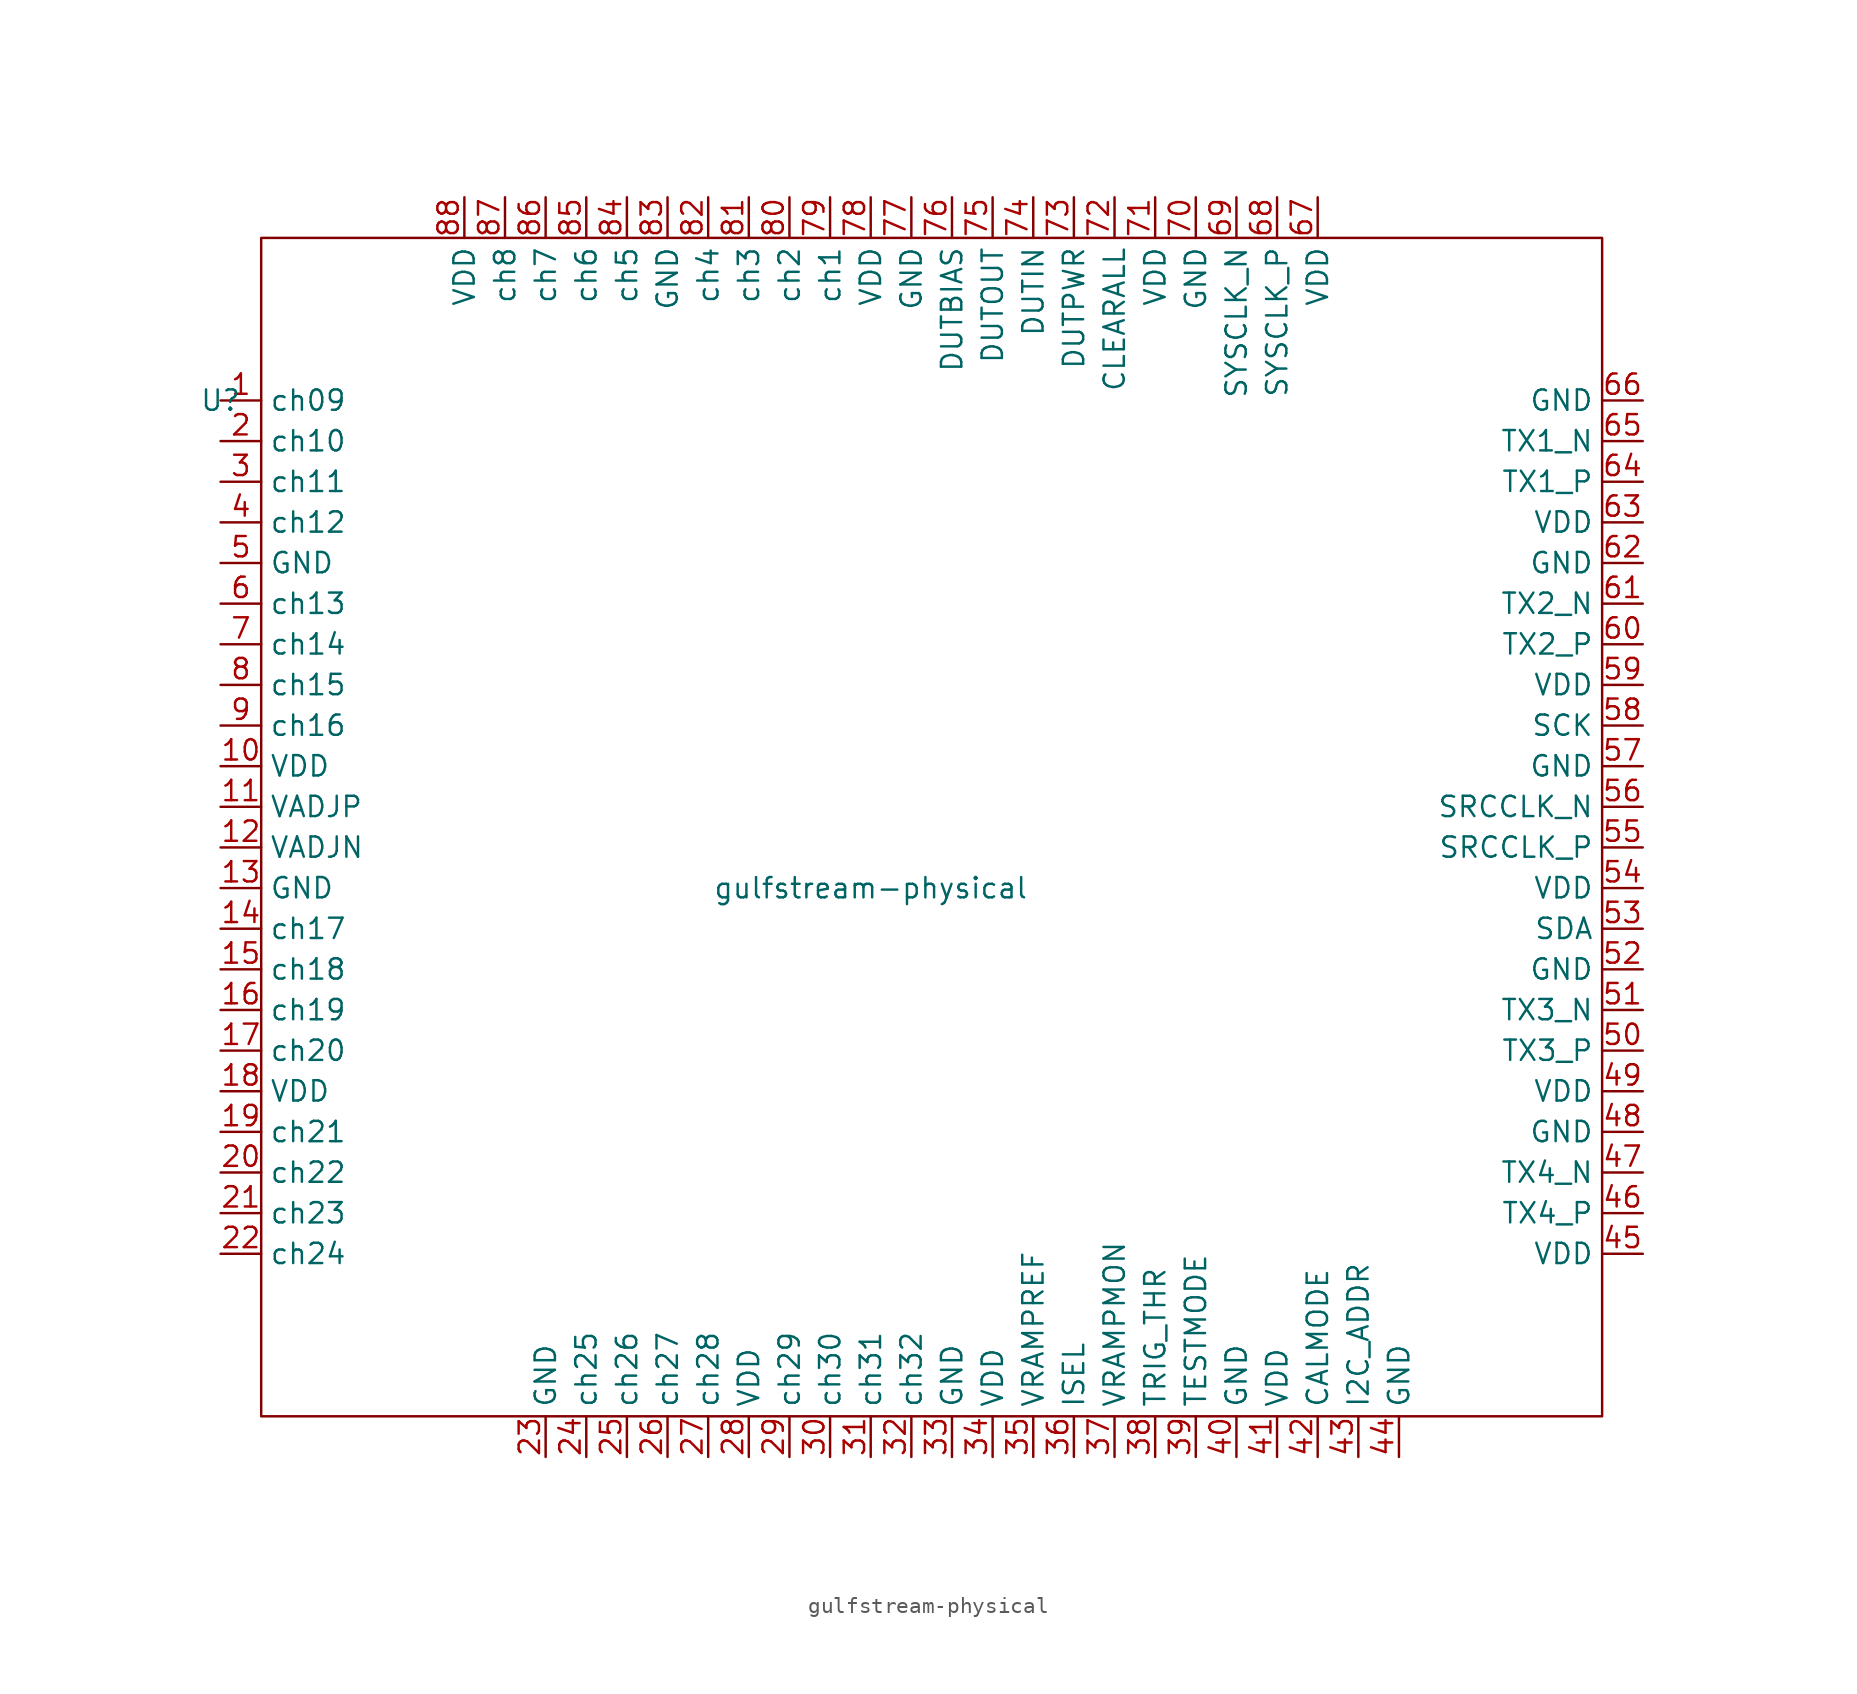
<source format=kicad_sym>
(kicad_symbol_lib
  (version 20211014)
  (generator kicad_symbol_editor)
  (symbol "gulfstream-physical"
    (property "Reference" "U"
      (at -40.64 27.94 0)
      (effects (font (size 1.27 1.27))))
    (property "Value" "gulfstream-physical"
      (at 0 -2.54 0)
      (effects (font (size 1.27 1.27))))
    (symbol "gulfstream-physical_0_0"
      (pin unspecified line (at -40.64 27.94 0) (length 2.54) (name "ch09" (effects (font (size 1.27 1.27)))) (number "1" (effects (font (size 1.27 1.27)))))
      (pin unspecified line (at -40.64 5.08 0) (length 2.54) (name "VDD" (effects (font (size 1.27 1.27)))) (number "10" (effects (font (size 1.27 1.27)))))
      (pin unspecified line (at -40.64 2.54 0) (length 2.54) (name "VADJP" (effects (font (size 1.27 1.27)))) (number "11" (effects (font (size 1.27 1.27)))))
      (pin unspecified line (at -40.64 0 0) (length 2.54) (name "VADJN" (effects (font (size 1.27 1.27)))) (number "12" (effects (font (size 1.27 1.27)))))
      (pin unspecified line (at -40.64 -2.54 0) (length 2.54) (name "GND" (effects (font (size 1.27 1.27)))) (number "13" (effects (font (size 1.27 1.27)))))
      (pin unspecified line (at -40.64 -5.08 0) (length 2.54) (name "ch17" (effects (font (size 1.27 1.27)))) (number "14" (effects (font (size 1.27 1.27)))))
      (pin unspecified line (at -40.64 -7.62 0) (length 2.54) (name "ch18" (effects (font (size 1.27 1.27)))) (number "15" (effects (font (size 1.27 1.27)))))
      (pin unspecified line (at -40.64 -10.16 0) (length 2.54) (name "ch19" (effects (font (size 1.27 1.27)))) (number "16" (effects (font (size 1.27 1.27)))))
      (pin unspecified line (at -40.64 -12.7 0) (length 2.54) (name "ch20" (effects (font (size 1.27 1.27)))) (number "17" (effects (font (size 1.27 1.27)))))
      (pin unspecified line (at -40.64 -15.24 0) (length 2.54) (name "VDD" (effects (font (size 1.27 1.27)))) (number "18" (effects (font (size 1.27 1.27)))))
      (pin unspecified line (at -40.64 -17.78 0) (length 2.54) (name "ch21" (effects (font (size 1.27 1.27)))) (number "19" (effects (font (size 1.27 1.27)))))
      (pin unspecified line (at -40.64 25.4 0) (length 2.54) (name "ch10" (effects (font (size 1.27 1.27)))) (number "2" (effects (font (size 1.27 1.27)))))
      (pin unspecified line (at -40.64 -20.32 0) (length 2.54) (name "ch22" (effects (font (size 1.27 1.27)))) (number "20" (effects (font (size 1.27 1.27)))))
      (pin unspecified line (at -40.64 -22.86 0) (length 2.54) (name "ch23" (effects (font (size 1.27 1.27)))) (number "21" (effects (font (size 1.27 1.27)))))
      (pin unspecified line (at -40.64 -25.4 0) (length 2.54) (name "ch24" (effects (font (size 1.27 1.27)))) (number "22" (effects (font (size 1.27 1.27)))))
      (pin unspecified line (at -20.32 -38.1 90) (length 2.54) (name "GND" (effects (font (size 1.27 1.27)))) (number "23" (effects (font (size 1.27 1.27)))))
      (pin unspecified line (at -17.78 -38.1 90) (length 2.54) (name "ch25" (effects (font (size 1.27 1.27)))) (number "24" (effects (font (size 1.27 1.27)))))
      (pin unspecified line (at -15.24 -38.1 90) (length 2.54) (name "ch26" (effects (font (size 1.27 1.27)))) (number "25" (effects (font (size 1.27 1.27)))))
      (pin unspecified line (at -12.7 -38.1 90) (length 2.54) (name "ch27" (effects (font (size 1.27 1.27)))) (number "26" (effects (font (size 1.27 1.27)))))
      (pin unspecified line (at -10.16 -38.1 90) (length 2.54) (name "ch28" (effects (font (size 1.27 1.27)))) (number "27" (effects (font (size 1.27 1.27)))))
      (pin unspecified line (at -7.62 -38.1 90) (length 2.54) (name "VDD" (effects (font (size 1.27 1.27)))) (number "28" (effects (font (size 1.27 1.27)))))
      (pin unspecified line (at -5.08 -38.1 90) (length 2.54) (name "ch29" (effects (font (size 1.27 1.27)))) (number "29" (effects (font (size 1.27 1.27)))))
      (pin unspecified line (at -40.64 22.86 0) (length 2.54) (name "ch11" (effects (font (size 1.27 1.27)))) (number "3" (effects (font (size 1.27 1.27)))))
      (pin unspecified line (at -2.54 -38.1 90) (length 2.54) (name "ch30" (effects (font (size 1.27 1.27)))) (number "30" (effects (font (size 1.27 1.27)))))
      (pin unspecified line (at 0 -38.1 90) (length 2.54) (name "ch31" (effects (font (size 1.27 1.27)))) (number "31" (effects (font (size 1.27 1.27)))))
      (pin unspecified line (at 2.54 -38.1 90) (length 2.54) (name "ch32" (effects (font (size 1.27 1.27)))) (number "32" (effects (font (size 1.27 1.27)))))
      (pin unspecified line (at 5.08 -38.1 90) (length 2.54) (name "GND" (effects (font (size 1.27 1.27)))) (number "33" (effects (font (size 1.27 1.27)))))
      (pin unspecified line (at 7.62 -38.1 90) (length 2.54) (name "VDD" (effects (font (size 1.27 1.27)))) (number "34" (effects (font (size 1.27 1.27)))))
      (pin unspecified line (at 10.16 -38.1 90) (length 2.54) (name "VRAMPREF" (effects (font (size 1.27 1.27)))) (number "35" (effects (font (size 1.27 1.27)))))
      (pin unspecified line (at 12.7 -38.1 90) (length 2.54) (name "ISEL" (effects (font (size 1.27 1.27)))) (number "36" (effects (font (size 1.27 1.27)))))
      (pin unspecified line (at 15.24 -38.1 90) (length 2.54) (name "VRAMPMON" (effects (font (size 1.27 1.27)))) (number "37" (effects (font (size 1.27 1.27)))))
      (pin unspecified line (at 17.78 -38.1 90) (length 2.54) (name "TRIG_THR" (effects (font (size 1.27 1.27)))) (number "38" (effects (font (size 1.27 1.27)))))
      (pin unspecified line (at 20.32 -38.1 90) (length 2.54) (name "TESTMODE" (effects (font (size 1.27 1.27)))) (number "39" (effects (font (size 1.27 1.27)))))
      (pin unspecified line (at -40.64 20.32 0) (length 2.54) (name "ch12" (effects (font (size 1.27 1.27)))) (number "4" (effects (font (size 1.27 1.27)))))
      (pin unspecified line (at 22.86 -38.1 90) (length 2.54) (name "GND" (effects (font (size 1.27 1.27)))) (number "40" (effects (font (size 1.27 1.27)))))
      (pin unspecified line (at 25.4 -38.1 90) (length 2.54) (name "VDD" (effects (font (size 1.27 1.27)))) (number "41" (effects (font (size 1.27 1.27)))))
      (pin unspecified line (at 27.94 -38.1 90) (length 2.54) (name "CALMODE" (effects (font (size 1.27 1.27)))) (number "42" (effects (font (size 1.27 1.27)))))
      (pin unspecified line (at 30.48 -38.1 90) (length 2.54) (name "I2C_ADDR" (effects (font (size 1.27 1.27)))) (number "43" (effects (font (size 1.27 1.27)))))
      (pin unspecified line (at 33.02 -38.1 90) (length 2.54) (name "GND" (effects (font (size 1.27 1.27)))) (number "44" (effects (font (size 1.27 1.27)))))
      (pin unspecified line (at 48.26 -25.4 180) (length 2.54) (name "VDD" (effects (font (size 1.27 1.27)))) (number "45" (effects (font (size 1.27 1.27)))))
      (pin unspecified line (at 48.26 -22.86 180) (length 2.54) (name "TX4_P" (effects (font (size 1.27 1.27)))) (number "46" (effects (font (size 1.27 1.27)))))
      (pin unspecified line (at 48.26 -20.32 180) (length 2.54) (name "TX4_N" (effects (font (size 1.27 1.27)))) (number "47" (effects (font (size 1.27 1.27)))))
      (pin unspecified line (at 48.26 -17.78 180) (length 2.54) (name "GND" (effects (font (size 1.27 1.27)))) (number "48" (effects (font (size 1.27 1.27)))))
      (pin unspecified line (at 48.26 -15.24 180) (length 2.54) (name "VDD" (effects (font (size 1.27 1.27)))) (number "49" (effects (font (size 1.27 1.27)))))
      (pin unspecified line (at -40.64 17.78 0) (length 2.54) (name "GND" (effects (font (size 1.27 1.27)))) (number "5" (effects (font (size 1.27 1.27)))))
      (pin unspecified line (at 48.26 -12.7 180) (length 2.54) (name "TX3_P" (effects (font (size 1.27 1.27)))) (number "50" (effects (font (size 1.27 1.27)))))
      (pin unspecified line (at 48.26 -10.16 180) (length 2.54) (name "TX3_N" (effects (font (size 1.27 1.27)))) (number "51" (effects (font (size 1.27 1.27)))))
      (pin unspecified line (at 48.26 -7.62 180) (length 2.54) (name "GND" (effects (font (size 1.27 1.27)))) (number "52" (effects (font (size 1.27 1.27)))))
      (pin unspecified line (at 48.26 -5.08 180) (length 2.54) (name "SDA" (effects (font (size 1.27 1.27)))) (number "53" (effects (font (size 1.27 1.27)))))
      (pin unspecified line (at 48.26 -2.54 180) (length 2.54) (name "VDD" (effects (font (size 1.27 1.27)))) (number "54" (effects (font (size 1.27 1.27)))))
      (pin unspecified line (at 48.26 0 180) (length 2.54) (name "SRCCLK_P" (effects (font (size 1.27 1.27)))) (number "55" (effects (font (size 1.27 1.27)))))
      (pin unspecified line (at 48.26 2.54 180) (length 2.54) (name "SRCCLK_N" (effects (font (size 1.27 1.27)))) (number "56" (effects (font (size 1.27 1.27)))))
      (pin unspecified line (at 48.26 5.08 180) (length 2.54) (name "GND" (effects (font (size 1.27 1.27)))) (number "57" (effects (font (size 1.27 1.27)))))
      (pin unspecified line (at 48.26 7.62 180) (length 2.54) (name "SCK" (effects (font (size 1.27 1.27)))) (number "58" (effects (font (size 1.27 1.27)))))
      (pin unspecified line (at 48.26 10.16 180) (length 2.54) (name "VDD" (effects (font (size 1.27 1.27)))) (number "59" (effects (font (size 1.27 1.27)))))
      (pin unspecified line (at -40.64 15.24 0) (length 2.54) (name "ch13" (effects (font (size 1.27 1.27)))) (number "6" (effects (font (size 1.27 1.27)))))
      (pin unspecified line (at 48.26 12.7 180) (length 2.54) (name "TX2_P" (effects (font (size 1.27 1.27)))) (number "60" (effects (font (size 1.27 1.27)))))
      (pin unspecified line (at 48.26 15.24 180) (length 2.54) (name "TX2_N" (effects (font (size 1.27 1.27)))) (number "61" (effects (font (size 1.27 1.27)))))
      (pin unspecified line (at 48.26 17.78 180) (length 2.54) (name "GND" (effects (font (size 1.27 1.27)))) (number "62" (effects (font (size 1.27 1.27)))))
      (pin unspecified line (at 48.26 20.32 180) (length 2.54) (name "VDD" (effects (font (size 1.27 1.27)))) (number "63" (effects (font (size 1.27 1.27)))))
      (pin unspecified line (at 48.26 22.86 180) (length 2.54) (name "TX1_P" (effects (font (size 1.27 1.27)))) (number "64" (effects (font (size 1.27 1.27)))))
      (pin unspecified line (at 48.26 25.4 180) (length 2.54) (name "TX1_N" (effects (font (size 1.27 1.27)))) (number "65" (effects (font (size 1.27 1.27)))))
      (pin unspecified line (at 48.26 27.94 180) (length 2.54) (name "GND" (effects (font (size 1.27 1.27)))) (number "66" (effects (font (size 1.27 1.27)))))
      (pin unspecified line (at 27.94 40.64 270) (length 2.54) (name "VDD" (effects (font (size 1.27 1.27)))) (number "67" (effects (font (size 1.27 1.27)))))
      (pin unspecified line (at 25.4 40.64 270) (length 2.54) (name "SYSCLK_P" (effects (font (size 1.27 1.27)))) (number "68" (effects (font (size 1.27 1.27)))))
      (pin unspecified line (at 22.86 40.64 270) (length 2.54) (name "SYSCLK_N" (effects (font (size 1.27 1.27)))) (number "69" (effects (font (size 1.27 1.27)))))
      (pin unspecified line (at -40.64 12.7 0) (length 2.54) (name "ch14" (effects (font (size 1.27 1.27)))) (number "7" (effects (font (size 1.27 1.27)))))
      (pin unspecified line (at 20.32 40.64 270) (length 2.54) (name "GND" (effects (font (size 1.27 1.27)))) (number "70" (effects (font (size 1.27 1.27)))))
      (pin unspecified line (at 17.78 40.64 270) (length 2.54) (name "VDD" (effects (font (size 1.27 1.27)))) (number "71" (effects (font (size 1.27 1.27)))))
      (pin unspecified line (at 15.24 40.64 270) (length 2.54) (name "CLEARALL" (effects (font (size 1.27 1.27)))) (number "72" (effects (font (size 1.27 1.27)))))
      (pin unspecified line (at 12.7 40.64 270) (length 2.54) (name "DUTPWR" (effects (font (size 1.27 1.27)))) (number "73" (effects (font (size 1.27 1.27)))))
      (pin unspecified line (at 10.16 40.64 270) (length 2.54) (name "DUTIN" (effects (font (size 1.27 1.27)))) (number "74" (effects (font (size 1.27 1.27)))))
      (pin unspecified line (at 7.62 40.64 270) (length 2.54) (name "DUTOUT" (effects (font (size 1.27 1.27)))) (number "75" (effects (font (size 1.27 1.27)))))
      (pin unspecified line (at 5.08 40.64 270) (length 2.54) (name "DUTBIAS" (effects (font (size 1.27 1.27)))) (number "76" (effects (font (size 1.27 1.27)))))
      (pin unspecified line (at 2.54 40.64 270) (length 2.54) (name "GND" (effects (font (size 1.27 1.27)))) (number "77" (effects (font (size 1.27 1.27)))))
      (pin unspecified line (at 0 40.64 270) (length 2.54) (name "VDD" (effects (font (size 1.27 1.27)))) (number "78" (effects (font (size 1.27 1.27)))))
      (pin unspecified line (at -2.54 40.64 270) (length 2.54) (name "ch1" (effects (font (size 1.27 1.27)))) (number "79" (effects (font (size 1.27 1.27)))))
      (pin unspecified line (at -40.64 10.16 0) (length 2.54) (name "ch15" (effects (font (size 1.27 1.27)))) (number "8" (effects (font (size 1.27 1.27)))))
      (pin unspecified line (at -5.08 40.64 270) (length 2.54) (name "ch2" (effects (font (size 1.27 1.27)))) (number "80" (effects (font (size 1.27 1.27)))))
      (pin unspecified line (at -7.62 40.64 270) (length 2.54) (name "ch3" (effects (font (size 1.27 1.27)))) (number "81" (effects (font (size 1.27 1.27)))))
      (pin unspecified line (at -10.16 40.64 270) (length 2.54) (name "ch4" (effects (font (size 1.27 1.27)))) (number "82" (effects (font (size 1.27 1.27)))))
      (pin unspecified line (at -12.7 40.64 270) (length 2.54) (name "GND" (effects (font (size 1.27 1.27)))) (number "83" (effects (font (size 1.27 1.27)))))
      (pin unspecified line (at -15.24 40.64 270) (length 2.54) (name "ch5" (effects (font (size 1.27 1.27)))) (number "84" (effects (font (size 1.27 1.27)))))
      (pin unspecified line (at -17.78 40.64 270) (length 2.54) (name "ch6" (effects (font (size 1.27 1.27)))) (number "85" (effects (font (size 1.27 1.27)))))
      (pin unspecified line (at -20.32 40.64 270) (length 2.54) (name "ch7" (effects (font (size 1.27 1.27)))) (number "86" (effects (font (size 1.27 1.27)))))
      (pin unspecified line (at -22.86 40.64 270) (length 2.54) (name "ch8" (effects (font (size 1.27 1.27)))) (number "87" (effects (font (size 1.27 1.27)))))
      (pin unspecified line (at -25.4 40.64 270) (length 2.54) (name "VDD" (effects (font (size 1.27 1.27)))) (number "88" (effects (font (size 1.27 1.27)))))
      (pin unspecified line (at -40.64 7.62 0) (length 2.54) (name "ch16" (effects (font (size 1.27 1.27)))) (number "9" (effects (font (size 1.27 1.27))))))
    (symbol "gulfstream-physical_0_1"
      (rectangle (start -38.1 38.1) (end 45.72 -35.56) (stroke (width 0) (type default) (color 0 0 0 0)) (fill (type none))))))
</source>
